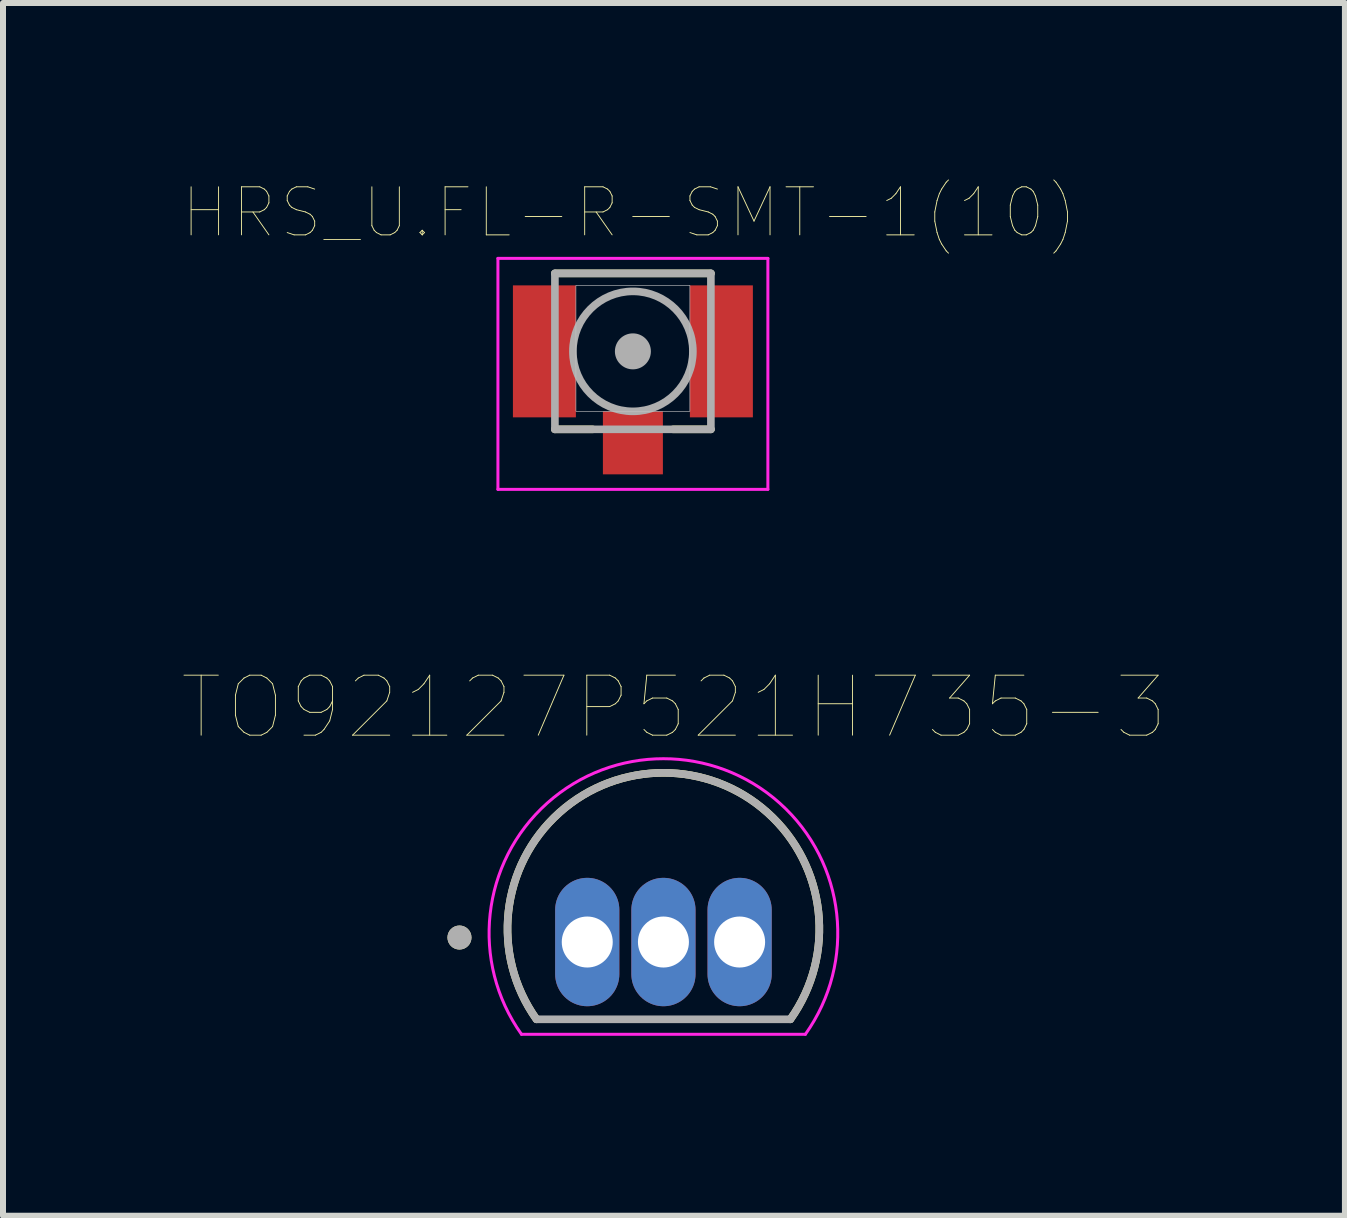
<source format=kicad_pcb>
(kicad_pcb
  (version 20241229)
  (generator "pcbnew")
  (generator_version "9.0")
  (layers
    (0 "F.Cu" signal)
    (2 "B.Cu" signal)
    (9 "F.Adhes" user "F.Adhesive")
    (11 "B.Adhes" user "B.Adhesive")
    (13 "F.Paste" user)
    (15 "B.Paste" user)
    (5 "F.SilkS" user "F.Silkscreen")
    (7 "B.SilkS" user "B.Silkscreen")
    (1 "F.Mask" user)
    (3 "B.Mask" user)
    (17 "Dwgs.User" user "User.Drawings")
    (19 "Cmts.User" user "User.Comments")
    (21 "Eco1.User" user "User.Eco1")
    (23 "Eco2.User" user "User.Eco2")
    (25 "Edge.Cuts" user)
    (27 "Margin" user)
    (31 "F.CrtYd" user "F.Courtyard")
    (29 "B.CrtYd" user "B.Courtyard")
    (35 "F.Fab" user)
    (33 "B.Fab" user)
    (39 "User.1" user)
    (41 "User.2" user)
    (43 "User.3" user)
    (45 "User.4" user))
  (footprint "TO92127P521H735-3"
    (layer "F.Cu")
    (at 8.009 11.878)
    (property "Reference" "TO92127P521H735-3" (at 0.175 -3.135 0) (layer "F.SilkS") (effects (font (size 1 1) (thickness 0.015))))
    (attr through_hole)
    (fp_arc (start -2.116 2.063) (mid 0 -2.045468) (end 2.116 2.063) (stroke (width 0.127) (type solid)) (layer "F.SilkS"))
    (fp_circle (center -3.4 0.7) (end -3.3 0.7) (stroke (width 0.2) (type solid)) (fill no) (layer "F.SilkS"))
    (fp_line (start -2.366 2.313) (end 2.366 2.313) (stroke (width 0.05) (type solid)) (layer "F.CrtYd"))
    (fp_arc (start -2.366 2.313001) (mid 0 -2.280873) (end 2.366 2.313) (stroke (width 0.05) (type solid)) (layer "F.CrtYd"))
    (fp_line (start -2.116 2.063) (end 2.116 2.063) (stroke (width 0.127) (type solid)) (layer "F.Fab"))
    (fp_arc (start -2.116 2.063) (mid 0 -2.045468) (end 2.116 2.063) (stroke (width 0.127) (type solid)) (layer "F.Fab"))
    (fp_circle (center -3.4 0.7) (end -3.3 0.7) (stroke (width 0.2) (type solid)) (fill no) (layer "F.Fab"))
    (pad "1" thru_hole oval (at -1.27 0.775) (size 1.07 2.14) (drill 0.85) (layers "*.Cu" "*.Mask"))
    (pad "2" thru_hole oval (at 0 0.775) (size 1.07 2.14) (drill 0.85) (layers "*.Cu" "*.Mask"))
    (pad "3" thru_hole oval (at 1.27 0.775) (size 1.07 2.14) (drill 0.85) (layers "*.Cu" "*.Mask")))
  (footprint "HRS_U.FL-R-SMT-1(10)"
    (layer "F.Cu")
    (at 7.5 2.807)
    (property "Reference" "HRS_U.FL-R-SMT-1(10)" (at -0.06 -2.312 0) (layer "F.SilkS") (effects (font (size 0.801 0.801) (thickness 0.015))))
    (attr through_hole)
    (fp_line (start -1.3 -1.3) (end 1.3 -1.3) (stroke (width 0.127) (type solid)) (layer "F.SilkS"))
    (fp_line (start -1.3 1.3) (end -0.67 1.3) (stroke (width 0.127) (type solid)) (layer "F.SilkS"))
    (fp_line (start 1.3 1.3) (end 0.67 1.3) (stroke (width 0.127) (type solid)) (layer "F.SilkS"))
    (fp_poly (pts (xy -0.95 -1.1) (xy 0.95 -1.1) (xy 0.95 1) (xy -0.95 1)) (stroke (width 0.01) (type solid)) (fill no) (layer "Dwgs.User"))
    (fp_line (start -2.25 -1.55) (end 2.25 -1.55) (stroke (width 0.05) (type solid)) (layer "F.CrtYd"))
    (fp_line (start -2.25 2.3) (end -2.25 -1.55) (stroke (width 0.05) (type solid)) (layer "F.CrtYd"))
    (fp_line (start 2.25 -1.55) (end 2.25 2.3) (stroke (width 0.05) (type solid)) (layer "F.CrtYd"))
    (fp_line (start 2.25 2.3) (end -2.25 2.3) (stroke (width 0.05) (type solid)) (layer "F.CrtYd"))
    (fp_line (start -1.3 -1.3) (end 1.3 -1.3) (stroke (width 0.127) (type solid)) (layer "F.Fab"))
    (fp_line (start -1.3 1.3) (end -1.3 -1.3) (stroke (width 0.127) (type solid)) (layer "F.Fab"))
    (fp_line (start 1.3 -1.3) (end 1.3 1.3) (stroke (width 0.127) (type solid)) (layer "F.Fab"))
    (fp_line (start 1.3 1.3) (end -1.3 1.3) (stroke (width 0.127) (type solid)) (layer "F.Fab"))
    (fp_circle (center 0 0) (end 0.3 0) (stroke (width 0) (type solid)) (fill yes) (layer "F.Fab"))
    (fp_circle (center 0 0) (end 1 0) (stroke (width 0.127) (type solid)) (fill no) (layer "F.Fab"))
    (pad "1" smd rect (at -1.475 0) (size 1.05 2.2) (layers "F.Cu" "F.Mask" "F.Paste"))
    (pad "2" smd rect (at 0 1.525) (size 1 1.05) (layers "F.Cu" "F.Mask" "F.Paste"))
    (pad "3" smd rect (at 1.475 0) (size 1.05 2.2) (layers "F.Cu" "F.Mask" "F.Paste")))
  (gr_rect
    (start -3 -3)
    (end 19.369 17.216)
    (stroke (width 0.1) (type default))
    (fill no)
    (layer "Edge.Cuts")))
</source>
